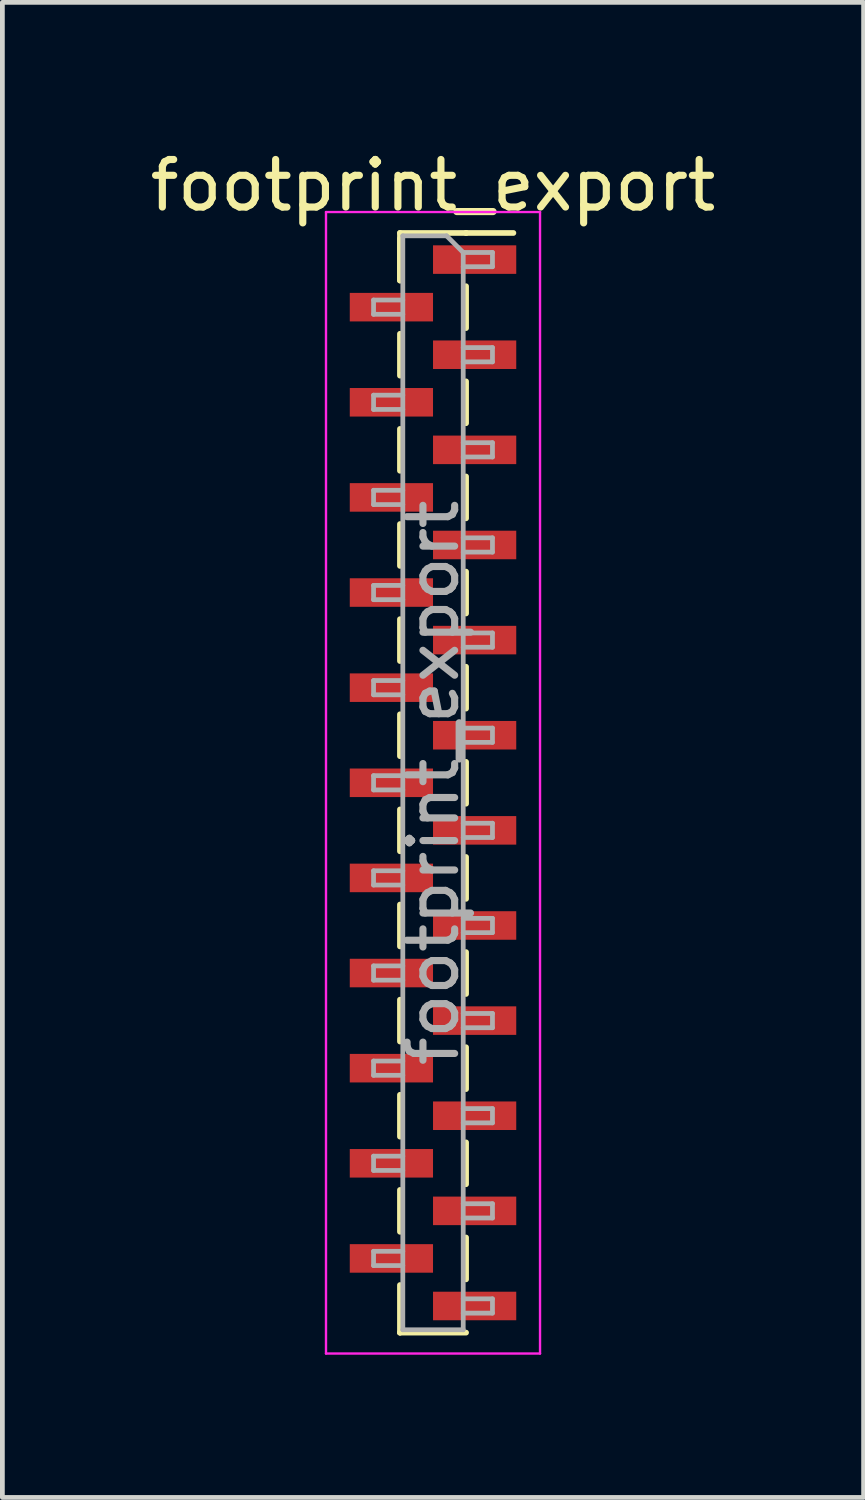
<source format=kicad_pcb>
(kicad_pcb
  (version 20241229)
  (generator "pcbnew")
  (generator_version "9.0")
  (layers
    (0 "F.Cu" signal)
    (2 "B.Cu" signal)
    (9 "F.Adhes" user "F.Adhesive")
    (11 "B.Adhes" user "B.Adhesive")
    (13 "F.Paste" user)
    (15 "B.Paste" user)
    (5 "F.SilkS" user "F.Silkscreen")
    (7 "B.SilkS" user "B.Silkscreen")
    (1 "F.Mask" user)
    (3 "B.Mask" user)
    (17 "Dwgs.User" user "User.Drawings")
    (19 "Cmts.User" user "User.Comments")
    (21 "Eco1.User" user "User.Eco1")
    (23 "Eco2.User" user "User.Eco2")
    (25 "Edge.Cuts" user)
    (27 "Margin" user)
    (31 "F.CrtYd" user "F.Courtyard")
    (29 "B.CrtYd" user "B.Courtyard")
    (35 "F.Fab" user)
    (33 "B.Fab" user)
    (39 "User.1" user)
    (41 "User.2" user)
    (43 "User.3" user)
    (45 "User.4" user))
  (footprint "footprint_export"
    (layer "F.Cu")
    (at 6.054 13.408)
    (property "Reference" "footprint_export" (at 0 -12.56 0) (layer "F.SilkS") (effects (font (size 1 1) (thickness 0.15))))
    (attr smd)
    (fp_line (start -0.695 -11.56) (end -0.695 -10.56) (stroke (width 0.12) (type solid)) (layer "F.SilkS"))
    (fp_line (start -0.695 -11.56) (end 0.695 -11.56) (stroke (width 0.12) (type solid)) (layer "F.SilkS"))
    (fp_line (start -0.695 -11.44) (end -0.695 -10.56) (stroke (width 0.12) (type solid)) (layer "F.SilkS"))
    (fp_line (start -0.695 -9.44) (end -0.695 -8.56) (stroke (width 0.12) (type solid)) (layer "F.SilkS"))
    (fp_line (start -0.695 -7.44) (end -0.695 -6.56) (stroke (width 0.12) (type solid)) (layer "F.SilkS"))
    (fp_line (start -0.695 -5.44) (end -0.695 -4.56) (stroke (width 0.12) (type solid)) (layer "F.SilkS"))
    (fp_line (start -0.695 -3.44) (end -0.695 -2.56) (stroke (width 0.12) (type solid)) (layer "F.SilkS"))
    (fp_line (start -0.695 -1.44) (end -0.695 -0.56) (stroke (width 0.12) (type solid)) (layer "F.SilkS"))
    (fp_line (start -0.695 0.56) (end -0.695 1.44) (stroke (width 0.12) (type solid)) (layer "F.SilkS"))
    (fp_line (start -0.695 2.56) (end -0.695 3.44) (stroke (width 0.12) (type solid)) (layer "F.SilkS"))
    (fp_line (start -0.695 4.56) (end -0.695 5.44) (stroke (width 0.12) (type solid)) (layer "F.SilkS"))
    (fp_line (start -0.695 6.56) (end -0.695 7.44) (stroke (width 0.12) (type solid)) (layer "F.SilkS"))
    (fp_line (start -0.695 8.56) (end -0.695 9.44) (stroke (width 0.12) (type solid)) (layer "F.SilkS"))
    (fp_line (start -0.695 10.56) (end -0.695 11.56) (stroke (width 0.12) (type solid)) (layer "F.SilkS"))
    (fp_line (start -0.695 11.56) (end -0.695 11.56) (stroke (width 0.12) (type solid)) (layer "F.SilkS"))
    (fp_line (start -0.695 11.56) (end 0.695 11.56) (stroke (width 0.12) (type solid)) (layer "F.SilkS"))
    (fp_line (start 0.695 -11.56) (end 0.695 -11.56) (stroke (width 0.12) (type solid)) (layer "F.SilkS"))
    (fp_line (start 0.695 -11.56) (end 1.69 -11.56) (stroke (width 0.12) (type solid)) (layer "F.SilkS"))
    (fp_line (start 0.695 -10.44) (end 0.695 -9.56) (stroke (width 0.12) (type solid)) (layer "F.SilkS"))
    (fp_line (start 0.695 -8.44) (end 0.695 -7.56) (stroke (width 0.12) (type solid)) (layer "F.SilkS"))
    (fp_line (start 0.695 -6.44) (end 0.695 -5.56) (stroke (width 0.12) (type solid)) (layer "F.SilkS"))
    (fp_line (start 0.695 -4.44) (end 0.695 -3.56) (stroke (width 0.12) (type solid)) (layer "F.SilkS"))
    (fp_line (start 0.695 -2.44) (end 0.695 -1.56) (stroke (width 0.12) (type solid)) (layer "F.SilkS"))
    (fp_line (start 0.695 -0.44) (end 0.695 0.44) (stroke (width 0.12) (type solid)) (layer "F.SilkS"))
    (fp_line (start 0.695 1.56) (end 0.695 2.44) (stroke (width 0.12) (type solid)) (layer "F.SilkS"))
    (fp_line (start 0.695 3.56) (end 0.695 4.44) (stroke (width 0.12) (type solid)) (layer "F.SilkS"))
    (fp_line (start 0.695 5.56) (end 0.695 6.44) (stroke (width 0.12) (type solid)) (layer "F.SilkS"))
    (fp_line (start 0.695 7.56) (end 0.695 8.44) (stroke (width 0.12) (type solid)) (layer "F.SilkS"))
    (fp_line (start 0.695 9.56) (end 0.695 10.44) (stroke (width 0.12) (type solid)) (layer "F.SilkS"))
    (fp_line (start -2.25 -12) (end -2.25 12) (stroke (width 0.05) (type solid)) (layer "F.CrtYd"))
    (fp_line (start -2.25 12) (end 2.25 12) (stroke (width 0.05) (type solid)) (layer "F.CrtYd"))
    (fp_line (start 2.25 -12) (end -2.25 -12) (stroke (width 0.05) (type solid)) (layer "F.CrtYd"))
    (fp_line (start 2.25 12) (end 2.25 -12) (stroke (width 0.05) (type solid)) (layer "F.CrtYd"))
    (fp_line (start -1.25 -10.15) (end -1.25 -9.85) (stroke (width 0.1) (type solid)) (layer "F.Fab"))
    (fp_line (start -1.25 -9.85) (end -0.635 -9.85) (stroke (width 0.1) (type solid)) (layer "F.Fab"))
    (fp_line (start -1.25 -8.15) (end -1.25 -7.85) (stroke (width 0.1) (type solid)) (layer "F.Fab"))
    (fp_line (start -1.25 -7.85) (end -0.635 -7.85) (stroke (width 0.1) (type solid)) (layer "F.Fab"))
    (fp_line (start -1.25 -6.15) (end -1.25 -5.85) (stroke (width 0.1) (type solid)) (layer "F.Fab"))
    (fp_line (start -1.25 -5.85) (end -0.635 -5.85) (stroke (width 0.1) (type solid)) (layer "F.Fab"))
    (fp_line (start -1.25 -4.15) (end -1.25 -3.85) (stroke (width 0.1) (type solid)) (layer "F.Fab"))
    (fp_line (start -1.25 -3.85) (end -0.635 -3.85) (stroke (width 0.1) (type solid)) (layer "F.Fab"))
    (fp_line (start -1.25 -2.15) (end -1.25 -1.85) (stroke (width 0.1) (type solid)) (layer "F.Fab"))
    (fp_line (start -1.25 -1.85) (end -0.635 -1.85) (stroke (width 0.1) (type solid)) (layer "F.Fab"))
    (fp_line (start -1.25 -0.15) (end -1.25 0.15) (stroke (width 0.1) (type solid)) (layer "F.Fab"))
    (fp_line (start -1.25 0.15) (end -0.635 0.15) (stroke (width 0.1) (type solid)) (layer "F.Fab"))
    (fp_line (start -1.25 1.85) (end -1.25 2.15) (stroke (width 0.1) (type solid)) (layer "F.Fab"))
    (fp_line (start -1.25 2.15) (end -0.635 2.15) (stroke (width 0.1) (type solid)) (layer "F.Fab"))
    (fp_line (start -1.25 3.85) (end -1.25 4.15) (stroke (width 0.1) (type solid)) (layer "F.Fab"))
    (fp_line (start -1.25 4.15) (end -0.635 4.15) (stroke (width 0.1) (type solid)) (layer "F.Fab"))
    (fp_line (start -1.25 5.85) (end -1.25 6.15) (stroke (width 0.1) (type solid)) (layer "F.Fab"))
    (fp_line (start -1.25 6.15) (end -0.635 6.15) (stroke (width 0.1) (type solid)) (layer "F.Fab"))
    (fp_line (start -1.25 7.85) (end -1.25 8.15) (stroke (width 0.1) (type solid)) (layer "F.Fab"))
    (fp_line (start -1.25 8.15) (end -0.635 8.15) (stroke (width 0.1) (type solid)) (layer "F.Fab"))
    (fp_line (start -1.25 9.85) (end -1.25 10.15) (stroke (width 0.1) (type solid)) (layer "F.Fab"))
    (fp_line (start -1.25 10.15) (end -0.635 10.15) (stroke (width 0.1) (type solid)) (layer "F.Fab"))
    (fp_line (start -0.635 -11.5) (end -0.635 11.5) (stroke (width 0.1) (type solid)) (layer "F.Fab"))
    (fp_line (start -0.635 -11.5) (end 0.285 -11.5) (stroke (width 0.1) (type solid)) (layer "F.Fab"))
    (fp_line (start -0.635 -10.15) (end -1.25 -10.15) (stroke (width 0.1) (type solid)) (layer "F.Fab"))
    (fp_line (start -0.635 -8.15) (end -1.25 -8.15) (stroke (width 0.1) (type solid)) (layer "F.Fab"))
    (fp_line (start -0.635 -6.15) (end -1.25 -6.15) (stroke (width 0.1) (type solid)) (layer "F.Fab"))
    (fp_line (start -0.635 -4.15) (end -1.25 -4.15) (stroke (width 0.1) (type solid)) (layer "F.Fab"))
    (fp_line (start -0.635 -2.15) (end -1.25 -2.15) (stroke (width 0.1) (type solid)) (layer "F.Fab"))
    (fp_line (start -0.635 -0.15) (end -1.25 -0.15) (stroke (width 0.1) (type solid)) (layer "F.Fab"))
    (fp_line (start -0.635 1.85) (end -1.25 1.85) (stroke (width 0.1) (type solid)) (layer "F.Fab"))
    (fp_line (start -0.635 3.85) (end -1.25 3.85) (stroke (width 0.1) (type solid)) (layer "F.Fab"))
    (fp_line (start -0.635 5.85) (end -1.25 5.85) (stroke (width 0.1) (type solid)) (layer "F.Fab"))
    (fp_line (start -0.635 7.85) (end -1.25 7.85) (stroke (width 0.1) (type solid)) (layer "F.Fab"))
    (fp_line (start -0.635 9.85) (end -1.25 9.85) (stroke (width 0.1) (type solid)) (layer "F.Fab"))
    (fp_line (start 0.635 -11.15) (end 0.285 -11.5) (stroke (width 0.1) (type solid)) (layer "F.Fab"))
    (fp_line (start 0.635 -11.15) (end 1.25 -11.15) (stroke (width 0.1) (type solid)) (layer "F.Fab"))
    (fp_line (start 0.635 -9.15) (end 1.25 -9.15) (stroke (width 0.1) (type solid)) (layer "F.Fab"))
    (fp_line (start 0.635 -7.15) (end 1.25 -7.15) (stroke (width 0.1) (type solid)) (layer "F.Fab"))
    (fp_line (start 0.635 -5.15) (end 1.25 -5.15) (stroke (width 0.1) (type solid)) (layer "F.Fab"))
    (fp_line (start 0.635 -3.15) (end 1.25 -3.15) (stroke (width 0.1) (type solid)) (layer "F.Fab"))
    (fp_line (start 0.635 -1.15) (end 1.25 -1.15) (stroke (width 0.1) (type solid)) (layer "F.Fab"))
    (fp_line (start 0.635 0.85) (end 1.25 0.85) (stroke (width 0.1) (type solid)) (layer "F.Fab"))
    (fp_line (start 0.635 2.85) (end 1.25 2.85) (stroke (width 0.1) (type solid)) (layer "F.Fab"))
    (fp_line (start 0.635 4.85) (end 1.25 4.85) (stroke (width 0.1) (type solid)) (layer "F.Fab"))
    (fp_line (start 0.635 6.85) (end 1.25 6.85) (stroke (width 0.1) (type solid)) (layer "F.Fab"))
    (fp_line (start 0.635 8.85) (end 1.25 8.85) (stroke (width 0.1) (type solid)) (layer "F.Fab"))
    (fp_line (start 0.635 10.85) (end 1.25 10.85) (stroke (width 0.1) (type solid)) (layer "F.Fab"))
    (fp_line (start 0.635 11.5) (end -0.635 11.5) (stroke (width 0.1) (type solid)) (layer "F.Fab"))
    (fp_line (start 0.635 11.5) (end 0.635 -11.15) (stroke (width 0.1) (type solid)) (layer "F.Fab"))
    (fp_line (start 1.25 -11.15) (end 1.25 -10.85) (stroke (width 0.1) (type solid)) (layer "F.Fab"))
    (fp_line (start 1.25 -10.85) (end 0.635 -10.85) (stroke (width 0.1) (type solid)) (layer "F.Fab"))
    (fp_line (start 1.25 -9.15) (end 1.25 -8.85) (stroke (width 0.1) (type solid)) (layer "F.Fab"))
    (fp_line (start 1.25 -8.85) (end 0.635 -8.85) (stroke (width 0.1) (type solid)) (layer "F.Fab"))
    (fp_line (start 1.25 -7.15) (end 1.25 -6.85) (stroke (width 0.1) (type solid)) (layer "F.Fab"))
    (fp_line (start 1.25 -6.85) (end 0.635 -6.85) (stroke (width 0.1) (type solid)) (layer "F.Fab"))
    (fp_line (start 1.25 -5.15) (end 1.25 -4.85) (stroke (width 0.1) (type solid)) (layer "F.Fab"))
    (fp_line (start 1.25 -4.85) (end 0.635 -4.85) (stroke (width 0.1) (type solid)) (layer "F.Fab"))
    (fp_line (start 1.25 -3.15) (end 1.25 -2.85) (stroke (width 0.1) (type solid)) (layer "F.Fab"))
    (fp_line (start 1.25 -2.85) (end 0.635 -2.85) (stroke (width 0.1) (type solid)) (layer "F.Fab"))
    (fp_line (start 1.25 -1.15) (end 1.25 -0.85) (stroke (width 0.1) (type solid)) (layer "F.Fab"))
    (fp_line (start 1.25 -0.85) (end 0.635 -0.85) (stroke (width 0.1) (type solid)) (layer "F.Fab"))
    (fp_line (start 1.25 0.85) (end 1.25 1.15) (stroke (width 0.1) (type solid)) (layer "F.Fab"))
    (fp_line (start 1.25 1.15) (end 0.635 1.15) (stroke (width 0.1) (type solid)) (layer "F.Fab"))
    (fp_line (start 1.25 2.85) (end 1.25 3.15) (stroke (width 0.1) (type solid)) (layer "F.Fab"))
    (fp_line (start 1.25 3.15) (end 0.635 3.15) (stroke (width 0.1) (type solid)) (layer "F.Fab"))
    (fp_line (start 1.25 4.85) (end 1.25 5.15) (stroke (width 0.1) (type solid)) (layer "F.Fab"))
    (fp_line (start 1.25 5.15) (end 0.635 5.15) (stroke (width 0.1) (type solid)) (layer "F.Fab"))
    (fp_line (start 1.25 6.85) (end 1.25 7.15) (stroke (width 0.1) (type solid)) (layer "F.Fab"))
    (fp_line (start 1.25 7.15) (end 0.635 7.15) (stroke (width 0.1) (type solid)) (layer "F.Fab"))
    (fp_line (start 1.25 8.85) (end 1.25 9.15) (stroke (width 0.1) (type solid)) (layer "F.Fab"))
    (fp_line (start 1.25 9.15) (end 0.635 9.15) (stroke (width 0.1) (type solid)) (layer "F.Fab"))
    (fp_line (start 1.25 10.85) (end 1.25 11.15) (stroke (width 0.1) (type solid)) (layer "F.Fab"))
    (fp_line (start 1.25 11.15) (end 0.635 11.15) (stroke (width 0.1) (type solid)) (layer "F.Fab"))
    (fp_text user "${REFERENCE}" (at 0 0 90) (layer "F.Fab") (effects (font (size 1 1) (thickness 0.15))))
    (pad "1" smd rect (at 0.875 -11) (size 1.75 0.6) (layers "F.Cu" "F.Mask" "F.Paste"))
    (pad "2" smd rect (at -0.875 -10) (size 1.75 0.6) (layers "F.Cu" "F.Mask" "F.Paste"))
    (pad "3" smd rect (at 0.875 -9) (size 1.75 0.6) (layers "F.Cu" "F.Mask" "F.Paste"))
    (pad "4" smd rect (at -0.875 -8) (size 1.75 0.6) (layers "F.Cu" "F.Mask" "F.Paste"))
    (pad "5" smd rect (at 0.875 -7) (size 1.75 0.6) (layers "F.Cu" "F.Mask" "F.Paste"))
    (pad "6" smd rect (at -0.875 -6) (size 1.75 0.6) (layers "F.Cu" "F.Mask" "F.Paste"))
    (pad "7" smd rect (at 0.875 -5) (size 1.75 0.6) (layers "F.Cu" "F.Mask" "F.Paste"))
    (pad "8" smd rect (at -0.875 -4) (size 1.75 0.6) (layers "F.Cu" "F.Mask" "F.Paste"))
    (pad "9" smd rect (at 0.875 -3) (size 1.75 0.6) (layers "F.Cu" "F.Mask" "F.Paste"))
    (pad "10" smd rect (at -0.875 -2) (size 1.75 0.6) (layers "F.Cu" "F.Mask" "F.Paste"))
    (pad "11" smd rect (at 0.875 -1) (size 1.75 0.6) (layers "F.Cu" "F.Mask" "F.Paste"))
    (pad "12" smd rect (at -0.875 0) (size 1.75 0.6) (layers "F.Cu" "F.Mask" "F.Paste"))
    (pad "13" smd rect (at 0.875 1) (size 1.75 0.6) (layers "F.Cu" "F.Mask" "F.Paste"))
    (pad "14" smd rect (at -0.875 2) (size 1.75 0.6) (layers "F.Cu" "F.Mask" "F.Paste"))
    (pad "15" smd rect (at 0.875 3) (size 1.75 0.6) (layers "F.Cu" "F.Mask" "F.Paste"))
    (pad "16" smd rect (at -0.875 4) (size 1.75 0.6) (layers "F.Cu" "F.Mask" "F.Paste"))
    (pad "17" smd rect (at 0.875 5) (size 1.75 0.6) (layers "F.Cu" "F.Mask" "F.Paste"))
    (pad "18" smd rect (at -0.875 6) (size 1.75 0.6) (layers "F.Cu" "F.Mask" "F.Paste"))
    (pad "19" smd rect (at 0.875 7) (size 1.75 0.6) (layers "F.Cu" "F.Mask" "F.Paste"))
    (pad "20" smd rect (at -0.875 8) (size 1.75 0.6) (layers "F.Cu" "F.Mask" "F.Paste"))
    (pad "21" smd rect (at 0.875 9) (size 1.75 0.6) (layers "F.Cu" "F.Mask" "F.Paste"))
    (pad "22" smd rect (at -0.875 10) (size 1.75 0.6) (layers "F.Cu" "F.Mask" "F.Paste"))
    (pad "23" smd rect (at 0.875 11) (size 1.75 0.6) (layers "F.Cu" "F.Mask" "F.Paste")))
  (gr_rect
    (start -3 -3)
    (end 15.107 28.433)
    (stroke (width 0.1) (type default))
    (fill no)
    (layer "Edge.Cuts")))
</source>
